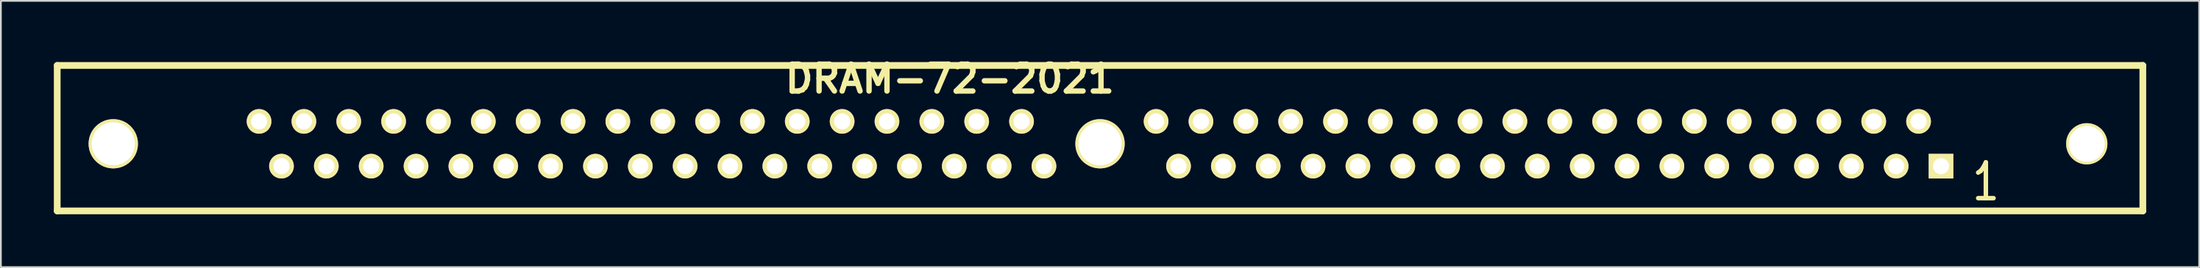
<source format=kicad_pcb>
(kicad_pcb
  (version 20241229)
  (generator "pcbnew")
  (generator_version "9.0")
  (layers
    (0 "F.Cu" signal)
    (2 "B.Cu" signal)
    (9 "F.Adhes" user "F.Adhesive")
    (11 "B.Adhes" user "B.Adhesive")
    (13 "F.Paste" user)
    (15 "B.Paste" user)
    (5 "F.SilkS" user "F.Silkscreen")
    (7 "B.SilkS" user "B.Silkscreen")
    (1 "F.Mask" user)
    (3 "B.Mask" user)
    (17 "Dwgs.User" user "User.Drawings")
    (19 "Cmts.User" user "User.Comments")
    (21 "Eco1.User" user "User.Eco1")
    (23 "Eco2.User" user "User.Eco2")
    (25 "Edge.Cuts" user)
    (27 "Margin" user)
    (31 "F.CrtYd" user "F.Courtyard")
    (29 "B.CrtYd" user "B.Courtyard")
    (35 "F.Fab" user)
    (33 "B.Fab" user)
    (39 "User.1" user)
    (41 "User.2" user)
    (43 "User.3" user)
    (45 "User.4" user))
  (footprint "DRAM-72-2021"
    (layer "F.Cu")
    (at 59.245 5.109)
    (property "Reference" "DRAM-72-2021" (at -8.509 -3.683 0) (layer "F.SilkS") (effects (font (size 1.524 1.524) (thickness 0.305))))
    (fp_line (start -59.055 -4.445) (end 59.055 -4.445) (stroke (width 0.381) (type solid)) (layer "F.SilkS"))
    (fp_line (start -59.055 3.81) (end -59.055 -4.445) (stroke (width 0.381) (type solid)) (layer "F.SilkS"))
    (fp_line (start 59.055 -4.445) (end 59.055 3.81) (stroke (width 0.381) (type solid)) (layer "F.SilkS"))
    (fp_line (start 59.055 3.81) (end -59.055 3.81) (stroke (width 0.381) (type solid)) (layer "F.SilkS"))
    (fp_text user "1" (at 50.165 2.159 0) (layer "F.SilkS") (effects (font (size 2.032 1.524) (thickness 0.254))))
    (pad "1" thru_hole rect (at 47.625 1.27) (size 1.397 1.397) (drill 0.914) (layers "*.Cu" "*.Mask" "F.SilkS"))
    (pad "2" thru_hole circle (at 46.355 -1.27) (size 1.397 1.397) (drill 0.914) (layers "*.Cu" "*.Mask" "F.SilkS"))
    (pad "3" thru_hole circle (at 45.085 1.27) (size 1.397 1.397) (drill 0.914) (layers "*.Cu" "*.Mask" "F.SilkS"))
    (pad "4" thru_hole circle (at 43.815 -1.27) (size 1.397 1.397) (drill 0.914) (layers "*.Cu" "*.Mask" "F.SilkS"))
    (pad "5" thru_hole circle (at 42.545 1.27) (size 1.397 1.397) (drill 0.914) (layers "*.Cu" "*.Mask" "F.SilkS"))
    (pad "6" thru_hole circle (at 41.275 -1.27) (size 1.397 1.397) (drill 0.914) (layers "*.Cu" "*.Mask" "F.SilkS"))
    (pad "7" thru_hole circle (at 40.005 1.27) (size 1.397 1.397) (drill 0.914) (layers "*.Cu" "*.Mask" "F.SilkS"))
    (pad "8" thru_hole circle (at 38.735 -1.27) (size 1.397 1.397) (drill 0.914) (layers "*.Cu" "*.Mask" "F.SilkS"))
    (pad "9" thru_hole circle (at 37.465 1.27) (size 1.397 1.397) (drill 0.914) (layers "*.Cu" "*.Mask" "F.SilkS"))
    (pad "10" thru_hole circle (at 36.195 -1.27) (size 1.397 1.397) (drill 0.914) (layers "*.Cu" "*.Mask" "F.SilkS"))
    (pad "11" thru_hole circle (at 34.925 1.27) (size 1.397 1.397) (drill 0.914) (layers "*.Cu" "*.Mask" "F.SilkS"))
    (pad "12" thru_hole circle (at 33.655 -1.27) (size 1.397 1.397) (drill 0.914) (layers "*.Cu" "*.Mask" "F.SilkS"))
    (pad "13" thru_hole circle (at 32.385 1.27) (size 1.397 1.397) (drill 0.914) (layers "*.Cu" "*.Mask" "F.SilkS"))
    (pad "14" thru_hole circle (at 31.115 -1.27) (size 1.397 1.397) (drill 0.914) (layers "*.Cu" "*.Mask" "F.SilkS"))
    (pad "15" thru_hole circle (at 29.845 1.27) (size 1.397 1.397) (drill 0.914) (layers "*.Cu" "*.Mask" "F.SilkS"))
    (pad "16" thru_hole circle (at 28.575 -1.27) (size 1.397 1.397) (drill 0.914) (layers "*.Cu" "*.Mask" "F.SilkS"))
    (pad "17" thru_hole circle (at 27.305 1.27) (size 1.397 1.397) (drill 0.914) (layers "*.Cu" "*.Mask" "F.SilkS"))
    (pad "18" thru_hole circle (at 26.035 -1.27) (size 1.397 1.397) (drill 0.914) (layers "*.Cu" "*.Mask" "F.SilkS"))
    (pad "19" thru_hole circle (at 24.765 1.27) (size 1.397 1.397) (drill 0.914) (layers "*.Cu" "*.Mask" "F.SilkS"))
    (pad "20" thru_hole circle (at 23.495 -1.27) (size 1.397 1.397) (drill 0.914) (layers "*.Cu" "*.Mask" "F.SilkS"))
    (pad "21" thru_hole circle (at 22.225 1.27) (size 1.397 1.397) (drill 0.914) (layers "*.Cu" "*.Mask" "F.SilkS"))
    (pad "22" thru_hole circle (at 20.955 -1.27) (size 1.397 1.397) (drill 0.914) (layers "*.Cu" "*.Mask" "F.SilkS"))
    (pad "23" thru_hole circle (at 19.685 1.27) (size 1.397 1.397) (drill 0.914) (layers "*.Cu" "*.Mask" "F.SilkS"))
    (pad "24" thru_hole circle (at 18.415 -1.27) (size 1.397 1.397) (drill 0.914) (layers "*.Cu" "*.Mask" "F.SilkS"))
    (pad "25" thru_hole circle (at 17.145 1.27) (size 1.397 1.397) (drill 0.914) (layers "*.Cu" "*.Mask" "F.SilkS"))
    (pad "26" thru_hole circle (at 15.875 -1.27) (size 1.397 1.397) (drill 0.914) (layers "*.Cu" "*.Mask" "F.SilkS"))
    (pad "27" thru_hole circle (at 14.605 1.27) (size 1.397 1.397) (drill 0.914) (layers "*.Cu" "*.Mask" "F.SilkS"))
    (pad "28" thru_hole circle (at 13.335 -1.27) (size 1.397 1.397) (drill 0.914) (layers "*.Cu" "*.Mask" "F.SilkS"))
    (pad "29" thru_hole circle (at 12.065 1.27) (size 1.397 1.397) (drill 0.914) (layers "*.Cu" "*.Mask" "F.SilkS"))
    (pad "30" thru_hole circle (at 10.795 -1.27) (size 1.397 1.397) (drill 0.914) (layers "*.Cu" "*.Mask" "F.SilkS"))
    (pad "31" thru_hole circle (at 9.525 1.27) (size 1.397 1.397) (drill 0.914) (layers "*.Cu" "*.Mask" "F.SilkS"))
    (pad "32" thru_hole circle (at 8.255 -1.27) (size 1.397 1.397) (drill 0.914) (layers "*.Cu" "*.Mask" "F.SilkS"))
    (pad "33" thru_hole circle (at 6.985 1.27) (size 1.397 1.397) (drill 0.914) (layers "*.Cu" "*.Mask" "F.SilkS"))
    (pad "34" thru_hole circle (at 5.715 -1.27) (size 1.397 1.397) (drill 0.914) (layers "*.Cu" "*.Mask" "F.SilkS"))
    (pad "35" thru_hole circle (at 4.445 1.27) (size 1.397 1.397) (drill 0.914) (layers "*.Cu" "*.Mask" "F.SilkS"))
    (pad "36" thru_hole circle (at 3.175 -1.27) (size 1.397 1.397) (drill 0.914) (layers "*.Cu" "*.Mask" "F.SilkS"))
    (pad "37" thru_hole circle (at -3.175 1.27) (size 1.397 1.397) (drill 0.914) (layers "*.Cu" "*.Mask" "F.SilkS"))
    (pad "38" thru_hole circle (at -4.445 -1.27) (size 1.397 1.397) (drill 0.914) (layers "*.Cu" "*.Mask" "F.SilkS"))
    (pad "39" thru_hole circle (at -5.715 1.27) (size 1.397 1.397) (drill 0.914) (layers "*.Cu" "*.Mask" "F.SilkS"))
    (pad "40" thru_hole circle (at -6.985 -1.27) (size 1.397 1.397) (drill 0.914) (layers "*.Cu" "*.Mask" "F.SilkS"))
    (pad "41" thru_hole circle (at -8.255 1.27) (size 1.397 1.397) (drill 0.914) (layers "*.Cu" "*.Mask" "F.SilkS"))
    (pad "42" thru_hole circle (at -9.525 -1.27) (size 1.397 1.397) (drill 0.914) (layers "*.Cu" "*.Mask" "F.SilkS"))
    (pad "43" thru_hole circle (at -10.795 1.27) (size 1.397 1.397) (drill 0.914) (layers "*.Cu" "*.Mask" "F.SilkS"))
    (pad "44" thru_hole circle (at -12.065 -1.27) (size 1.397 1.397) (drill 0.914) (layers "*.Cu" "*.Mask" "F.SilkS"))
    (pad "45" thru_hole circle (at -13.335 1.27) (size 1.397 1.397) (drill 0.914) (layers "*.Cu" "*.Mask" "F.SilkS"))
    (pad "46" thru_hole circle (at -14.605 -1.27) (size 1.397 1.397) (drill 0.914) (layers "*.Cu" "*.Mask" "F.SilkS"))
    (pad "47" thru_hole circle (at -15.875 1.27) (size 1.397 1.397) (drill 0.914) (layers "*.Cu" "*.Mask" "F.SilkS"))
    (pad "48" thru_hole circle (at -17.145 -1.27) (size 1.397 1.397) (drill 0.914) (layers "*.Cu" "*.Mask" "F.SilkS"))
    (pad "49" thru_hole circle (at -18.415 1.27) (size 1.397 1.397) (drill 0.914) (layers "*.Cu" "*.Mask" "F.SilkS"))
    (pad "50" thru_hole circle (at -19.685 -1.27) (size 1.397 1.397) (drill 0.914) (layers "*.Cu" "*.Mask" "F.SilkS"))
    (pad "51" thru_hole circle (at -20.955 1.27) (size 1.397 1.397) (drill 0.914) (layers "*.Cu" "*.Mask" "F.SilkS"))
    (pad "52" thru_hole circle (at -22.225 -1.27) (size 1.397 1.397) (drill 0.914) (layers "*.Cu" "*.Mask" "F.SilkS"))
    (pad "53" thru_hole circle (at -23.495 1.27) (size 1.397 1.397) (drill 0.914) (layers "*.Cu" "*.Mask" "F.SilkS"))
    (pad "54" thru_hole circle (at -24.765 -1.27) (size 1.397 1.397) (drill 0.914) (layers "*.Cu" "*.Mask" "F.SilkS"))
    (pad "55" thru_hole circle (at -26.035 1.27) (size 1.397 1.397) (drill 0.914) (layers "*.Cu" "*.Mask" "F.SilkS"))
    (pad "56" thru_hole circle (at -27.305 -1.27) (size 1.397 1.397) (drill 0.914) (layers "*.Cu" "*.Mask" "F.SilkS"))
    (pad "57" thru_hole circle (at -28.575 1.27) (size 1.397 1.397) (drill 0.914) (layers "*.Cu" "*.Mask" "F.SilkS"))
    (pad "58" thru_hole circle (at -29.845 -1.27) (size 1.397 1.397) (drill 0.914) (layers "*.Cu" "*.Mask" "F.SilkS"))
    (pad "59" thru_hole circle (at -31.115 1.27) (size 1.397 1.397) (drill 0.914) (layers "*.Cu" "*.Mask" "F.SilkS"))
    (pad "60" thru_hole circle (at -32.385 -1.27) (size 1.397 1.397) (drill 0.914) (layers "*.Cu" "*.Mask" "F.SilkS"))
    (pad "61" thru_hole circle (at -33.655 1.27) (size 1.397 1.397) (drill 0.914) (layers "*.Cu" "*.Mask" "F.SilkS"))
    (pad "62" thru_hole circle (at -34.925 -1.27) (size 1.397 1.397) (drill 0.914) (layers "*.Cu" "*.Mask" "F.SilkS"))
    (pad "63" thru_hole circle (at -36.195 1.27) (size 1.397 1.397) (drill 0.914) (layers "*.Cu" "*.Mask" "F.SilkS"))
    (pad "64" thru_hole circle (at -37.465 -1.27) (size 1.397 1.397) (drill 0.914) (layers "*.Cu" "*.Mask" "F.SilkS"))
    (pad "65" thru_hole circle (at -38.735 1.27) (size 1.397 1.397) (drill 0.914) (layers "*.Cu" "*.Mask" "F.SilkS"))
    (pad "66" thru_hole circle (at -40.005 -1.27) (size 1.397 1.397) (drill 0.914) (layers "*.Cu" "*.Mask" "F.SilkS"))
    (pad "67" thru_hole circle (at -41.275 1.27) (size 1.397 1.397) (drill 0.914) (layers "*.Cu" "*.Mask" "F.SilkS"))
    (pad "68" thru_hole circle (at -42.545 -1.27) (size 1.397 1.397) (drill 0.914) (layers "*.Cu" "*.Mask" "F.SilkS"))
    (pad "69" thru_hole circle (at -43.815 1.27) (size 1.397 1.397) (drill 0.914) (layers "*.Cu" "*.Mask" "F.SilkS"))
    (pad "70" thru_hole circle (at -45.085 -1.27) (size 1.397 1.397) (drill 0.914) (layers "*.Cu" "*.Mask" "F.SilkS"))
    (pad "71" thru_hole circle (at -46.355 1.27) (size 1.397 1.397) (drill 0.914) (layers "*.Cu" "*.Mask" "F.SilkS"))
    (pad "72" thru_hole circle (at -47.625 -1.27) (size 1.397 1.397) (drill 0.914) (layers "*.Cu" "*.Mask" "F.SilkS"))
    (pad "ctr" thru_hole circle (at 0 0) (size 2.794 2.794) (drill 2.438) (layers "*.Cu" "*.Mask" "F.SilkS"))
    (pad "lg" thru_hole circle (at -55.88 0) (size 2.794 2.794) (drill 2.438) (layers "*.Cu" "*.Mask" "F.SilkS"))
    (pad "sm" thru_hole circle (at 55.88 0) (size 2.337 2.337) (drill 2.032) (layers "*.Cu" "*.Mask" "F.SilkS")))
  (gr_rect
    (start -3 -3)
    (end 121.491 12.11)
    (stroke (width 0.1) (type default))
    (fill no)
    (layer "Edge.Cuts")))
</source>
